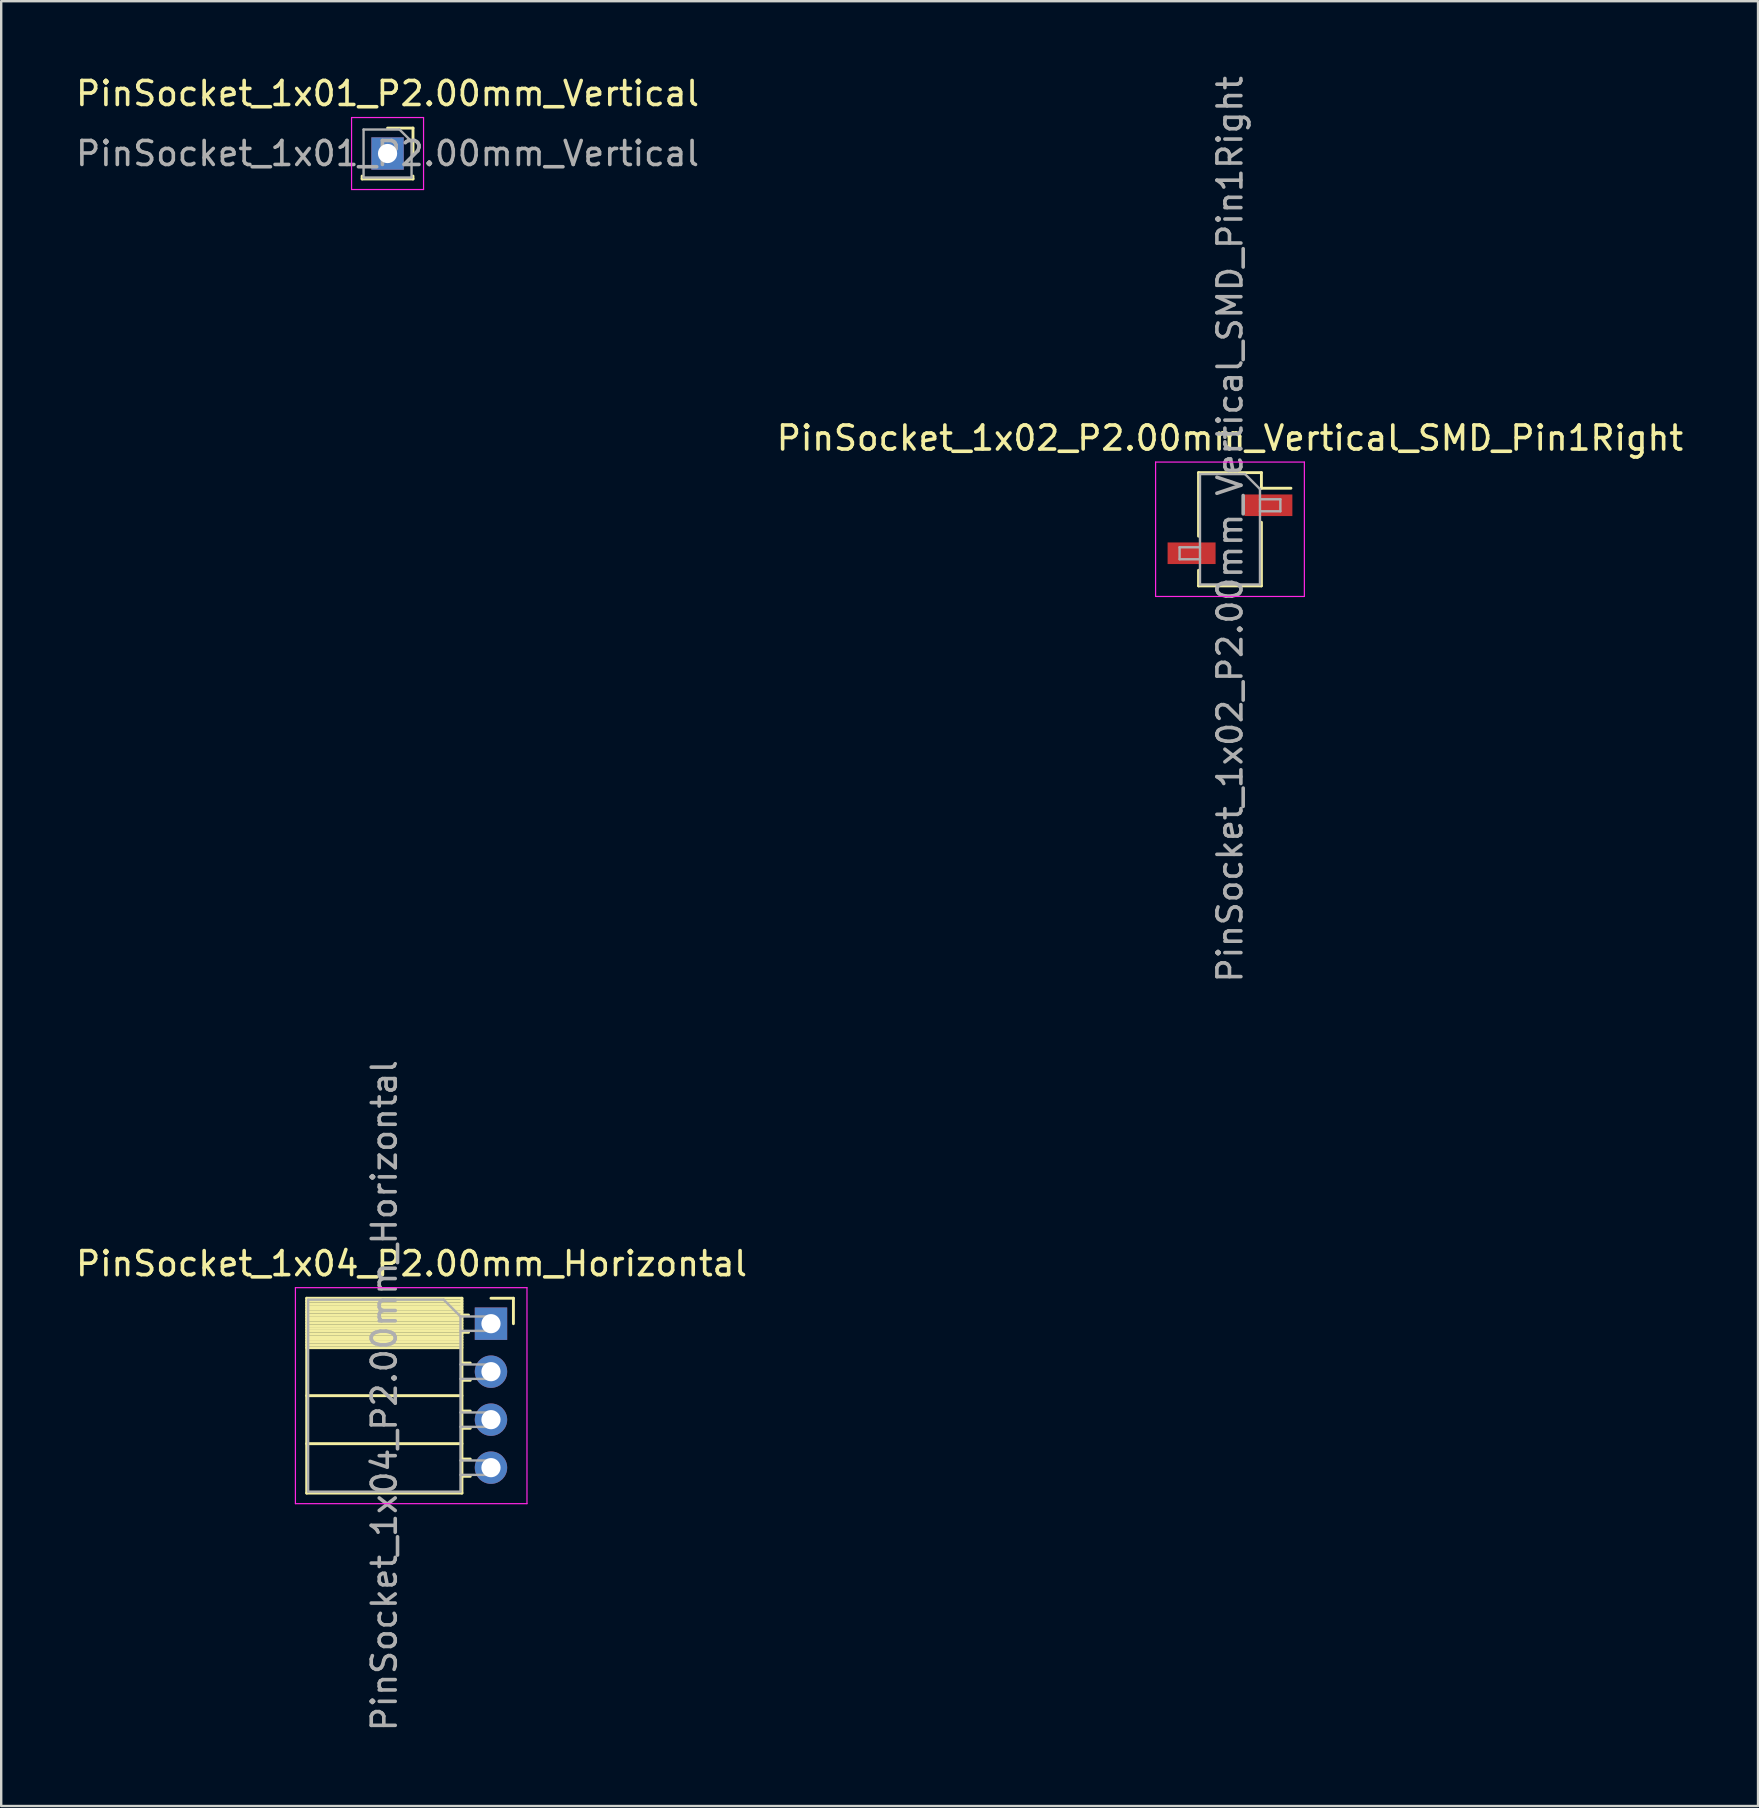
<source format=kicad_pcb>
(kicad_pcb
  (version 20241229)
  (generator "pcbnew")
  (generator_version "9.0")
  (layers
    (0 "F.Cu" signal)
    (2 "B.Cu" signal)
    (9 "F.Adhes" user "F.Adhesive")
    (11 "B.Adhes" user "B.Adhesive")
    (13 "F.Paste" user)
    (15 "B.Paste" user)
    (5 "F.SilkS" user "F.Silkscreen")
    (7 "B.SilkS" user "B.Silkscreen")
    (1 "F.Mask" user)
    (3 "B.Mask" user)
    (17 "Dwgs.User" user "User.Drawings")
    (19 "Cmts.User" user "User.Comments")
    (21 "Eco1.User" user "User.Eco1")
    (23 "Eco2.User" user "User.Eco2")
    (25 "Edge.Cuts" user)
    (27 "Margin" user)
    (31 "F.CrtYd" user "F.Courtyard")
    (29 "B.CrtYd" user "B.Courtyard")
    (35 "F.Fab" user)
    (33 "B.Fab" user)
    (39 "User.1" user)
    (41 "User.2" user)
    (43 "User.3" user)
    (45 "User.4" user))
  (footprint "PinSocket_1x04_P2.00mm_Horizontal"
    (layer "F.Cu")
    (at 17.411 52.113)
    (property "Reference" "PinSocket_1x04_P2.00mm_Horizontal" (at -3.31 -2.5 0) (layer "F.SilkS") (effects (font (size 1 1) (thickness 0.15))))
    (attr through_hole)
    (fp_line (start -7.68 -1.06) (end -7.68 7.06) (stroke (width 0.12) (type solid)) (layer "F.SilkS"))
    (fp_line (start -7.68 -1.06) (end -1.21 -1.06) (stroke (width 0.12) (type solid)) (layer "F.SilkS"))
    (fp_line (start -7.68 -0.94) (end -1.21 -0.94) (stroke (width 0.12) (type solid)) (layer "F.SilkS"))
    (fp_line (start -7.68 -0.826) (end -1.21 -0.826) (stroke (width 0.12) (type solid)) (layer "F.SilkS"))
    (fp_line (start -7.68 -0.712) (end -1.21 -0.712) (stroke (width 0.12) (type solid)) (layer "F.SilkS"))
    (fp_line (start -7.68 -0.598) (end -1.21 -0.598) (stroke (width 0.12) (type solid)) (layer "F.SilkS"))
    (fp_line (start -7.68 -0.484) (end -1.21 -0.484) (stroke (width 0.12) (type solid)) (layer "F.SilkS"))
    (fp_line (start -7.68 -0.369) (end -1.21 -0.369) (stroke (width 0.12) (type solid)) (layer "F.SilkS"))
    (fp_line (start -7.68 -0.255) (end -1.21 -0.255) (stroke (width 0.12) (type solid)) (layer "F.SilkS"))
    (fp_line (start -7.68 -0.141) (end -1.21 -0.141) (stroke (width 0.12) (type solid)) (layer "F.SilkS"))
    (fp_line (start -7.68 -0.027) (end -1.21 -0.027) (stroke (width 0.12) (type solid)) (layer "F.SilkS"))
    (fp_line (start -7.68 0.087) (end -1.21 0.087) (stroke (width 0.12) (type solid)) (layer "F.SilkS"))
    (fp_line (start -7.68 0.201) (end -1.21 0.201) (stroke (width 0.12) (type solid)) (layer "F.SilkS"))
    (fp_line (start -7.68 0.315) (end -1.21 0.315) (stroke (width 0.12) (type solid)) (layer "F.SilkS"))
    (fp_line (start -7.68 0.429) (end -1.21 0.429) (stroke (width 0.12) (type solid)) (layer "F.SilkS"))
    (fp_line (start -7.68 0.544) (end -1.21 0.544) (stroke (width 0.12) (type solid)) (layer "F.SilkS"))
    (fp_line (start -7.68 0.658) (end -1.21 0.658) (stroke (width 0.12) (type solid)) (layer "F.SilkS"))
    (fp_line (start -7.68 0.772) (end -1.21 0.772) (stroke (width 0.12) (type solid)) (layer "F.SilkS"))
    (fp_line (start -7.68 0.886) (end -1.21 0.886) (stroke (width 0.12) (type solid)) (layer "F.SilkS"))
    (fp_line (start -7.68 1) (end -1.21 1) (stroke (width 0.12) (type solid)) (layer "F.SilkS"))
    (fp_line (start -7.68 3) (end -1.21 3) (stroke (width 0.12) (type solid)) (layer "F.SilkS"))
    (fp_line (start -7.68 5) (end -1.21 5) (stroke (width 0.12) (type solid)) (layer "F.SilkS"))
    (fp_line (start -7.68 7.06) (end -1.21 7.06) (stroke (width 0.12) (type solid)) (layer "F.SilkS"))
    (fp_line (start -1.21 -1.06) (end -1.21 7.06) (stroke (width 0.12) (type solid)) (layer "F.SilkS"))
    (fp_line (start -1.21 -0.36) (end -0.935 -0.36) (stroke (width 0.12) (type solid)) (layer "F.SilkS"))
    (fp_line (start -1.21 0.36) (end -0.935 0.36) (stroke (width 0.12) (type solid)) (layer "F.SilkS"))
    (fp_line (start -1.21 1.64) (end -0.863 1.64) (stroke (width 0.12) (type solid)) (layer "F.SilkS"))
    (fp_line (start -1.21 2.36) (end -0.863 2.36) (stroke (width 0.12) (type solid)) (layer "F.SilkS"))
    (fp_line (start -1.21 3.64) (end -0.863 3.64) (stroke (width 0.12) (type solid)) (layer "F.SilkS"))
    (fp_line (start -1.21 4.36) (end -0.863 4.36) (stroke (width 0.12) (type solid)) (layer "F.SilkS"))
    (fp_line (start -1.21 5.64) (end -0.863 5.64) (stroke (width 0.12) (type solid)) (layer "F.SilkS"))
    (fp_line (start -1.21 6.36) (end -0.863 6.36) (stroke (width 0.12) (type solid)) (layer "F.SilkS"))
    (fp_line (start 0 -1.06) (end 0.935 -1.06) (stroke (width 0.12) (type solid)) (layer "F.SilkS"))
    (fp_line (start 0.935 -1.06) (end 0.935 0) (stroke (width 0.12) (type solid)) (layer "F.SilkS"))
    (fp_line (start -8.15 -1.5) (end -8.15 7.5) (stroke (width 0.05) (type solid)) (layer "F.CrtYd"))
    (fp_line (start -8.15 7.5) (end 1.5 7.5) (stroke (width 0.05) (type solid)) (layer "F.CrtYd"))
    (fp_line (start 1.5 -1.5) (end -8.15 -1.5) (stroke (width 0.05) (type solid)) (layer "F.CrtYd"))
    (fp_line (start 1.5 7.5) (end 1.5 -1.5) (stroke (width 0.05) (type solid)) (layer "F.CrtYd"))
    (fp_line (start -7.62 -1) (end -1.97 -1) (stroke (width 0.1) (type solid)) (layer "F.Fab"))
    (fp_line (start -7.62 7) (end -7.62 -1) (stroke (width 0.1) (type solid)) (layer "F.Fab"))
    (fp_line (start -1.97 -1) (end -1.27 -0.3) (stroke (width 0.1) (type solid)) (layer "F.Fab"))
    (fp_line (start -1.27 -0.3) (end -1.27 7) (stroke (width 0.1) (type solid)) (layer "F.Fab"))
    (fp_line (start -1.27 0.3) (end 0 0.3) (stroke (width 0.1) (type solid)) (layer "F.Fab"))
    (fp_line (start -1.27 2.3) (end 0 2.3) (stroke (width 0.1) (type solid)) (layer "F.Fab"))
    (fp_line (start -1.27 4.3) (end 0 4.3) (stroke (width 0.1) (type solid)) (layer "F.Fab"))
    (fp_line (start -1.27 6.3) (end 0 6.3) (stroke (width 0.1) (type solid)) (layer "F.Fab"))
    (fp_line (start -1.27 7) (end -7.62 7) (stroke (width 0.1) (type solid)) (layer "F.Fab"))
    (fp_line (start 0 -0.3) (end -1.27 -0.3) (stroke (width 0.1) (type solid)) (layer "F.Fab"))
    (fp_line (start 0 0.3) (end 0 -0.3) (stroke (width 0.1) (type solid)) (layer "F.Fab"))
    (fp_line (start 0 1.7) (end -1.27 1.7) (stroke (width 0.1) (type solid)) (layer "F.Fab"))
    (fp_line (start 0 2.3) (end 0 1.7) (stroke (width 0.1) (type solid)) (layer "F.Fab"))
    (fp_line (start 0 3.7) (end -1.27 3.7) (stroke (width 0.1) (type solid)) (layer "F.Fab"))
    (fp_line (start 0 4.3) (end 0 3.7) (stroke (width 0.1) (type solid)) (layer "F.Fab"))
    (fp_line (start 0 5.7) (end -1.27 5.7) (stroke (width 0.1) (type solid)) (layer "F.Fab"))
    (fp_line (start 0 6.3) (end 0 5.7) (stroke (width 0.1) (type solid)) (layer "F.Fab"))
    (fp_text user "${REFERENCE}" (at -4.445 3 90) (layer "F.Fab") (effects (font (size 1 1) (thickness 0.15))))
    (pad "1" thru_hole rect (at 0 0) (size 1.35 1.35) (drill 0.8) (layers "*.Cu" "*.Mask"))
    (pad "2" thru_hole circle (at 0 2) (size 1.35 1.35) (drill 0.8) (layers "*.Cu" "*.Mask"))
    (pad "3" thru_hole circle (at 0 4) (size 1.35 1.35) (drill 0.8) (layers "*.Cu" "*.Mask"))
    (pad "4" thru_hole circle (at 0 6) (size 1.35 1.35) (drill 0.8) (layers "*.Cu" "*.Mask")))
  (footprint "PinSocket_1x02_P2.00mm_Vertical_SMD_Pin1Right"
    (layer "F.Cu")
    (at 48.208 19.006)
    (property "Reference" "PinSocket_1x02_P2.00mm_Vertical_SMD_Pin1Right" (at 0 -3.8 0) (layer "F.SilkS") (effects (font (size 1 1) (thickness 0.15))))
    (attr smd)
    (fp_line (start -1.31 -2.36) (end -1.31 0.29) (stroke (width 0.12) (type solid)) (layer "F.SilkS"))
    (fp_line (start -1.31 -2.36) (end 1.31 -2.36) (stroke (width 0.12) (type solid)) (layer "F.SilkS"))
    (fp_line (start -1.31 1.71) (end -1.31 2.36) (stroke (width 0.12) (type solid)) (layer "F.SilkS"))
    (fp_line (start -1.31 2.36) (end 1.31 2.36) (stroke (width 0.12) (type solid)) (layer "F.SilkS"))
    (fp_line (start 1.31 -2.36) (end 1.31 -1.71) (stroke (width 0.12) (type solid)) (layer "F.SilkS"))
    (fp_line (start 1.31 -1.71) (end 2.54 -1.71) (stroke (width 0.12) (type solid)) (layer "F.SilkS"))
    (fp_line (start 1.31 -0.29) (end 1.31 2.36) (stroke (width 0.12) (type solid)) (layer "F.SilkS"))
    (fp_line (start -3.1 -2.8) (end 3.1 -2.8) (stroke (width 0.05) (type solid)) (layer "F.CrtYd"))
    (fp_line (start -3.1 2.8) (end -3.1 -2.8) (stroke (width 0.05) (type solid)) (layer "F.CrtYd"))
    (fp_line (start 3.1 -2.8) (end 3.1 2.8) (stroke (width 0.05) (type solid)) (layer "F.CrtYd"))
    (fp_line (start 3.1 2.8) (end -3.1 2.8) (stroke (width 0.05) (type solid)) (layer "F.CrtYd"))
    (fp_line (start -2.1 0.75) (end -1.25 0.75) (stroke (width 0.1) (type solid)) (layer "F.Fab"))
    (fp_line (start -2.1 1.25) (end -2.1 0.75) (stroke (width 0.1) (type solid)) (layer "F.Fab"))
    (fp_line (start -1.25 -2.3) (end 0.625 -2.3) (stroke (width 0.1) (type solid)) (layer "F.Fab"))
    (fp_line (start -1.25 1.25) (end -2.1 1.25) (stroke (width 0.1) (type solid)) (layer "F.Fab"))
    (fp_line (start -1.25 2.3) (end -1.25 -2.3) (stroke (width 0.1) (type solid)) (layer "F.Fab"))
    (fp_line (start 0.625 -2.3) (end 1.25 -1.675) (stroke (width 0.1) (type solid)) (layer "F.Fab"))
    (fp_line (start 1.25 -1.675) (end 1.25 2.3) (stroke (width 0.1) (type solid)) (layer "F.Fab"))
    (fp_line (start 1.25 -1.25) (end 2.1 -1.25) (stroke (width 0.1) (type solid)) (layer "F.Fab"))
    (fp_line (start 1.25 2.3) (end -1.25 2.3) (stroke (width 0.1) (type solid)) (layer "F.Fab"))
    (fp_line (start 2.1 -1.25) (end 2.1 -0.75) (stroke (width 0.1) (type solid)) (layer "F.Fab"))
    (fp_line (start 2.1 -0.75) (end 1.25 -0.75) (stroke (width 0.1) (type solid)) (layer "F.Fab"))
    (fp_text user "${REFERENCE}" (at 0 0 90) (layer "F.Fab") (effects (font (size 1 1) (thickness 0.15))))
    (pad "1" smd rect (at 1.6 -1) (size 2 0.9) (layers "F.Cu" "F.Mask" "F.Paste"))
    (pad "2" smd rect (at -1.6 1) (size 2 0.9) (layers "F.Cu" "F.Mask" "F.Paste")))
  (footprint "PinSocket_1x01_P2.00mm_Vertical"
    (layer "F.Cu")
    (at 13.101 3.348)
    (property "Reference" "PinSocket_1x01_P2.00mm_Vertical" (at 0 -2.5 0) (layer "F.SilkS") (effects (font (size 1 1) (thickness 0.15))))
    (attr through_hole)
    (fp_line (start -1.06 0.94) (end -1.06 1.06) (stroke (width 0.12) (type solid)) (layer "F.SilkS"))
    (fp_line (start -1.06 1.06) (end 1.06 1.06) (stroke (width 0.12) (type solid)) (layer "F.SilkS"))
    (fp_line (start 0 -1.06) (end 1.06 -1.06) (stroke (width 0.12) (type solid)) (layer "F.SilkS"))
    (fp_line (start 1.06 -1.06) (end 1.06 0) (stroke (width 0.12) (type solid)) (layer "F.SilkS"))
    (fp_line (start 1.06 0.94) (end 1.06 1.06) (stroke (width 0.12) (type solid)) (layer "F.SilkS"))
    (fp_line (start -1.5 -1.5) (end 1.5 -1.5) (stroke (width 0.05) (type solid)) (layer "F.CrtYd"))
    (fp_line (start -1.5 1.5) (end -1.5 -1.5) (stroke (width 0.05) (type solid)) (layer "F.CrtYd"))
    (fp_line (start 1.5 -1.5) (end 1.5 1.5) (stroke (width 0.05) (type solid)) (layer "F.CrtYd"))
    (fp_line (start 1.5 1.5) (end -1.5 1.5) (stroke (width 0.05) (type solid)) (layer "F.CrtYd"))
    (fp_line (start -1 -1) (end 0.5 -1) (stroke (width 0.1) (type solid)) (layer "F.Fab"))
    (fp_line (start -1 1) (end -1 -1) (stroke (width 0.1) (type solid)) (layer "F.Fab"))
    (fp_line (start 0.5 -1) (end 1 -0.5) (stroke (width 0.1) (type solid)) (layer "F.Fab"))
    (fp_line (start 1 -0.5) (end 1 1) (stroke (width 0.1) (type solid)) (layer "F.Fab"))
    (fp_line (start 1 1) (end -1 1) (stroke (width 0.1) (type solid)) (layer "F.Fab"))
    (fp_text user "${REFERENCE}" (at 0 0 0) (layer "F.Fab") (effects (font (size 1 1) (thickness 0.15))))
    (pad "1" thru_hole rect (at 0 0) (size 1.35 1.35) (drill 0.8) (layers "*.Cu" "*.Mask")))
  (gr_rect
    (start -3 -3)
    (end 70.214 72.214)
    (stroke (width 0.1) (type default))
    (fill no)
    (layer "Edge.Cuts")))
</source>
